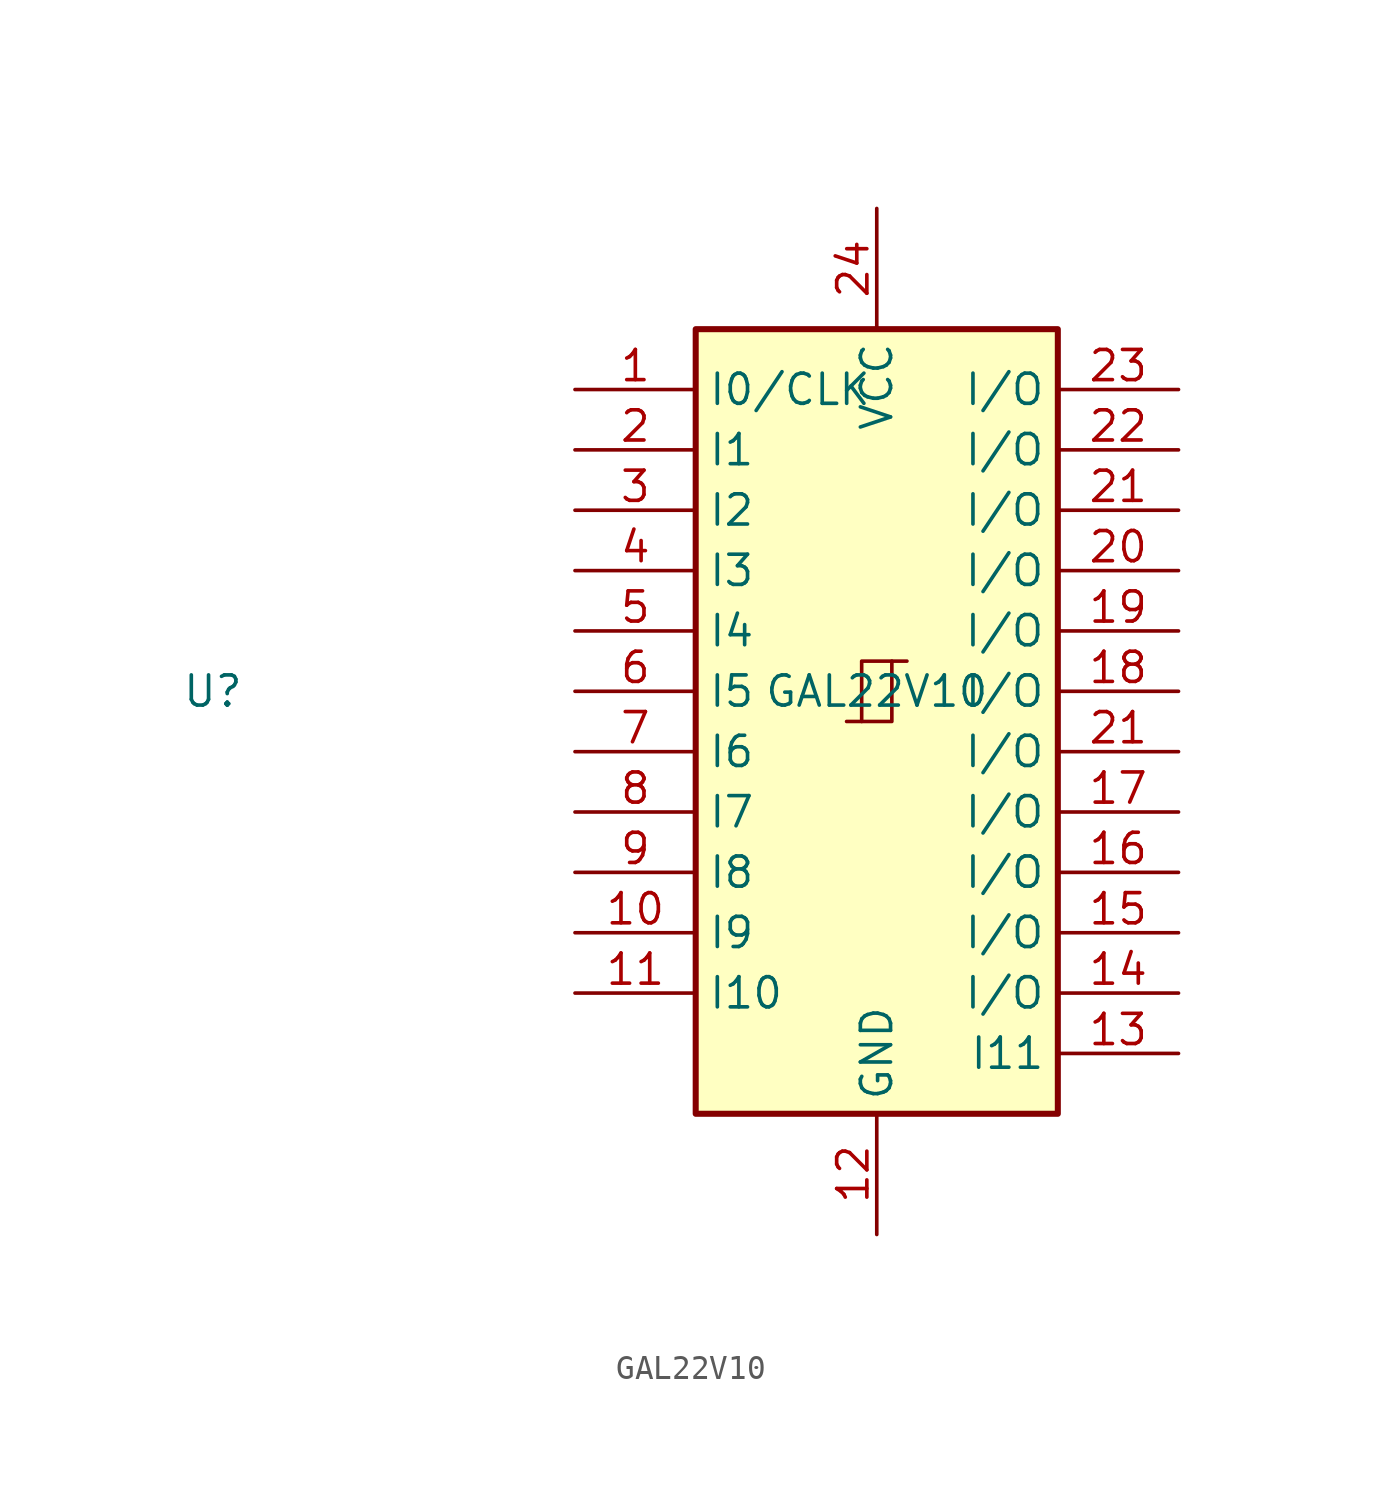
<source format=kicad_sym>
(kicad_symbol_lib
  (version 20211014)
  (generator kicad_symbol_editor)
  (symbol "GAL22V10"
    (property "Reference" "U"
      (at -27.94 0 0)
      (effects (font (size 1.27 1.27))))
    (property "Value" "GAL22V10"
      (at 0 0 0)
      (effects (font (size 1.27 1.27))))
    (symbol "GAL22V10_1_0"
      (polyline (pts (xy -0.635 -1.27) (xy -0.635 1.27) (xy 0.635 1.27)) (stroke (width 0) (type default) (color 0 0 0 0)) (fill (type none)))
      (polyline (pts (xy -1.27 -1.27) (xy 0.635 -1.27) (xy 0.635 1.27) (xy 1.27 1.27)) (stroke (width 0) (type default) (color 0 0 0 0)) (fill (type none)))
      (pin input line (at -12.7 12.7 0) (length 5.08) (name "I0/CLK" (effects (font (size 1.27 1.27)))) (number "1" (effects (font (size 1.27 1.27)))))
      (pin input line (at -12.7 -10.16 0) (length 5.08) (name "I9" (effects (font (size 1.27 1.27)))) (number "10" (effects (font (size 1.27 1.27)))))
      (pin input line (at -12.7 -12.7 0) (length 5.08) (name "I10" (effects (font (size 1.27 1.27)))) (number "11" (effects (font (size 1.27 1.27)))))
      (pin power_in line (at 0 -22.86 90) (length 5.08) (name "GND" (effects (font (size 1.27 1.27)))) (number "12" (effects (font (size 1.27 1.27)))))
      (pin input line (at 12.7 -15.24 180) (length 5.08) (name "I11" (effects (font (size 1.27 1.27)))) (number "13" (effects (font (size 1.27 1.27)))))
      (pin bidirectional line (at 12.7 -12.7 180) (length 5.08) (name "I/O" (effects (font (size 1.27 1.27)))) (number "14" (effects (font (size 1.27 1.27)))))
      (pin bidirectional line (at 12.7 -10.16 180) (length 5.08) (name "I/O" (effects (font (size 1.27 1.27)))) (number "15" (effects (font (size 1.27 1.27)))))
      (pin bidirectional line (at 12.7 -7.62 180) (length 5.08) (name "I/O" (effects (font (size 1.27 1.27)))) (number "16" (effects (font (size 1.27 1.27)))))
      (pin bidirectional line (at 12.7 -5.08 180) (length 5.08) (name "I/O" (effects (font (size 1.27 1.27)))) (number "17" (effects (font (size 1.27 1.27)))))
      (pin bidirectional line (at 12.7 0 180) (length 5.08) (name "I/O" (effects (font (size 1.27 1.27)))) (number "18" (effects (font (size 1.27 1.27)))))
      (pin bidirectional line (at 12.7 2.54 180) (length 5.08) (name "I/O" (effects (font (size 1.27 1.27)))) (number "19" (effects (font (size 1.27 1.27)))))
      (pin input line (at -12.7 10.16 0) (length 5.08) (name "I1" (effects (font (size 1.27 1.27)))) (number "2" (effects (font (size 1.27 1.27)))))
      (pin bidirectional line (at 12.7 5.08 180) (length 5.08) (name "I/O" (effects (font (size 1.27 1.27)))) (number "20" (effects (font (size 1.27 1.27)))))
      (pin bidirectional line (at 12.7 -2.54 180) (length 5.08) (name "I/O" (effects (font (size 1.27 1.27)))) (number "21" (effects (font (size 1.27 1.27)))))
      (pin bidirectional line (at 12.7 7.62 180) (length 5.08) (name "I/O" (effects (font (size 1.27 1.27)))) (number "21" (effects (font (size 1.27 1.27)))))
      (pin bidirectional line (at 12.7 10.16 180) (length 5.08) (name "I/O" (effects (font (size 1.27 1.27)))) (number "22" (effects (font (size 1.27 1.27)))))
      (pin bidirectional line (at 12.7 12.7 180) (length 5.08) (name "I/O" (effects (font (size 1.27 1.27)))) (number "23" (effects (font (size 1.27 1.27)))))
      (pin power_in line (at 0 20.32 270) (length 5.08) (name "VCC" (effects (font (size 1.27 1.27)))) (number "24" (effects (font (size 1.27 1.27)))))
      (pin input line (at -12.7 7.62 0) (length 5.08) (name "I2" (effects (font (size 1.27 1.27)))) (number "3" (effects (font (size 1.27 1.27)))))
      (pin input line (at -12.7 5.08 0) (length 5.08) (name "I3" (effects (font (size 1.27 1.27)))) (number "4" (effects (font (size 1.27 1.27)))))
      (pin input line (at -12.7 2.54 0) (length 5.08) (name "I4" (effects (font (size 1.27 1.27)))) (number "5" (effects (font (size 1.27 1.27)))))
      (pin input line (at -12.7 0 0) (length 5.08) (name "I5" (effects (font (size 1.27 1.27)))) (number "6" (effects (font (size 1.27 1.27)))))
      (pin input line (at -12.7 -2.54 0) (length 5.08) (name "I6" (effects (font (size 1.27 1.27)))) (number "7" (effects (font (size 1.27 1.27)))))
      (pin input line (at -12.7 -5.08 0) (length 5.08) (name "I7" (effects (font (size 1.27 1.27)))) (number "8" (effects (font (size 1.27 1.27)))))
      (pin input line (at -12.7 -7.62 0) (length 5.08) (name "I8" (effects (font (size 1.27 1.27)))) (number "9" (effects (font (size 1.27 1.27))))))
    (symbol "GAL22V10_1_1"
      (rectangle (start -7.62 15.24) (end 7.62 -17.78) (stroke (width 0.254) (type default) (color 0 0 0 0)) (fill (type background))))))
</source>
